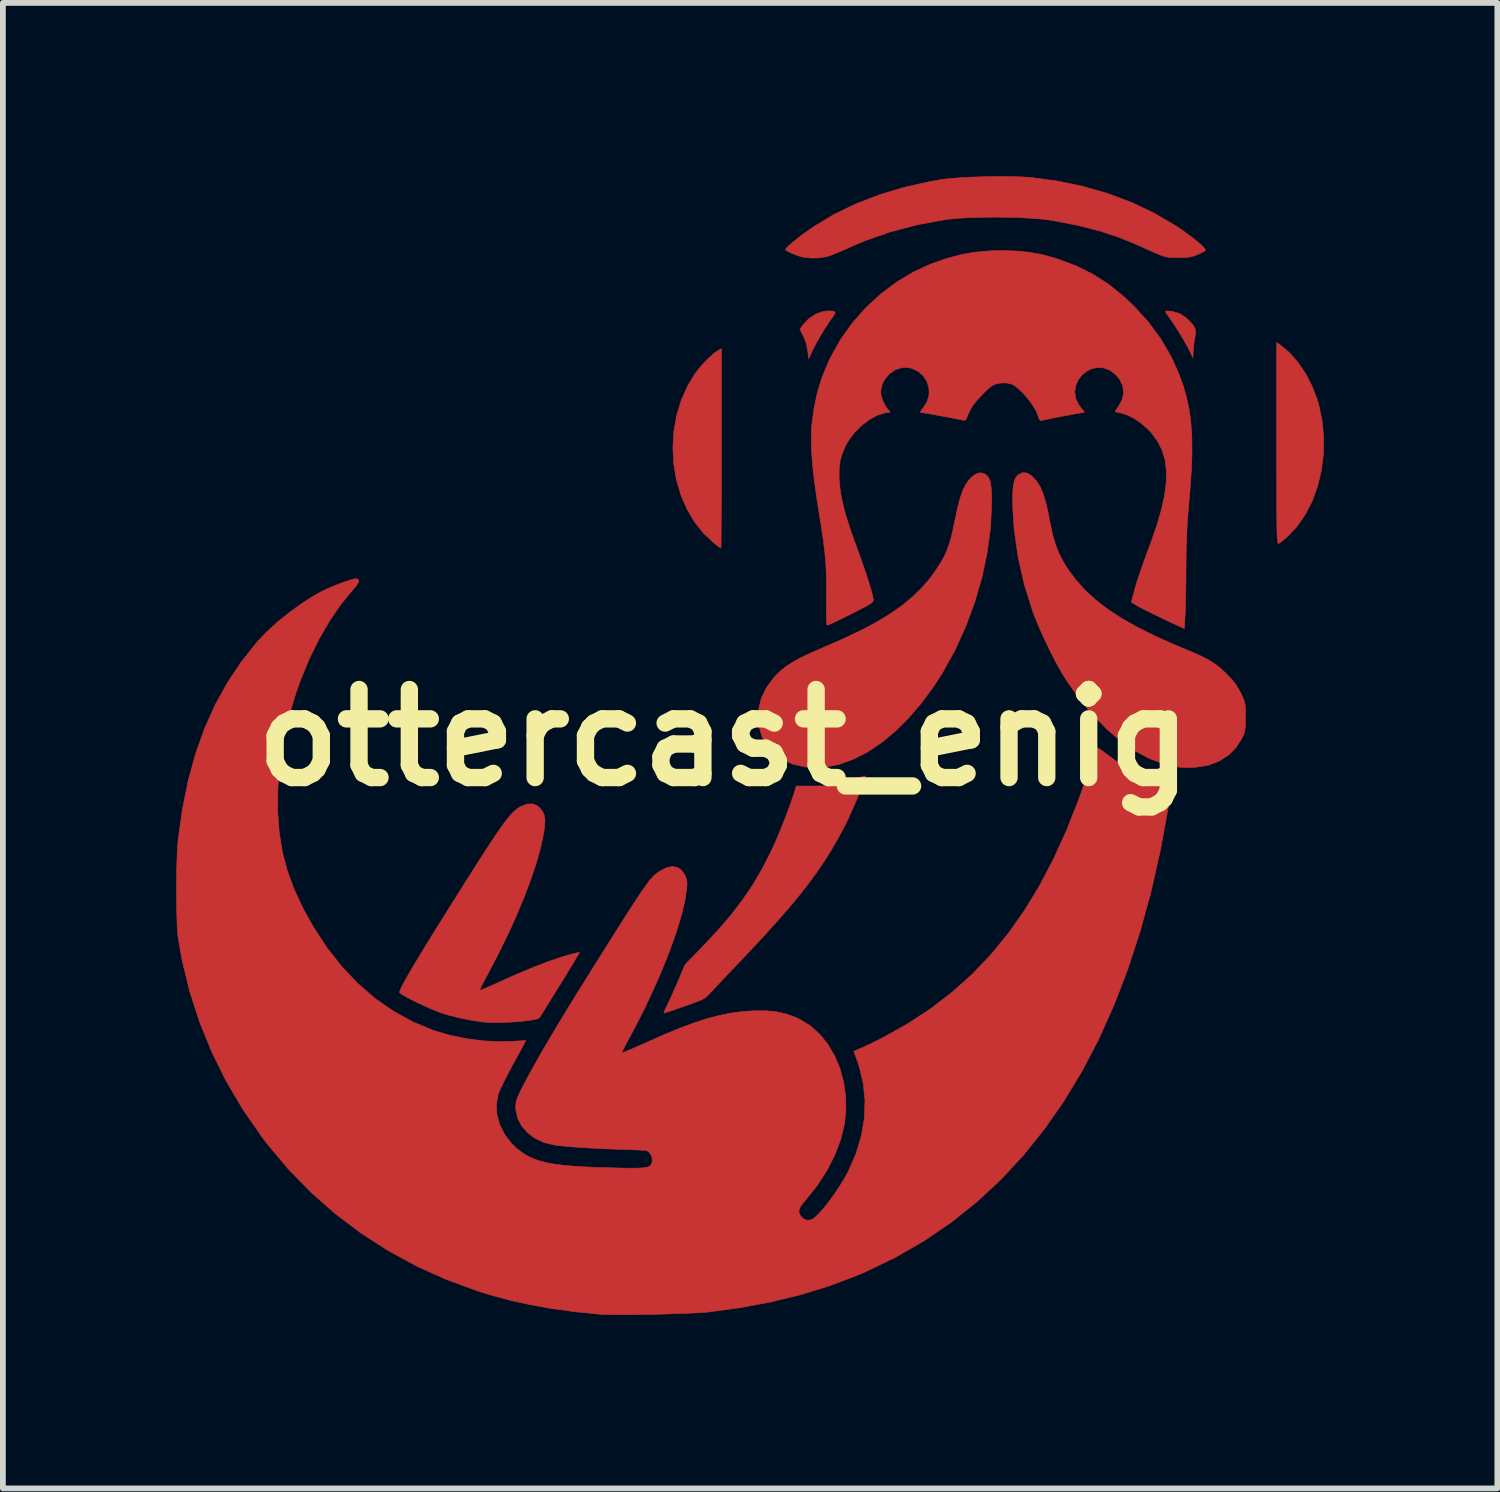
<source format=kicad_pcb>
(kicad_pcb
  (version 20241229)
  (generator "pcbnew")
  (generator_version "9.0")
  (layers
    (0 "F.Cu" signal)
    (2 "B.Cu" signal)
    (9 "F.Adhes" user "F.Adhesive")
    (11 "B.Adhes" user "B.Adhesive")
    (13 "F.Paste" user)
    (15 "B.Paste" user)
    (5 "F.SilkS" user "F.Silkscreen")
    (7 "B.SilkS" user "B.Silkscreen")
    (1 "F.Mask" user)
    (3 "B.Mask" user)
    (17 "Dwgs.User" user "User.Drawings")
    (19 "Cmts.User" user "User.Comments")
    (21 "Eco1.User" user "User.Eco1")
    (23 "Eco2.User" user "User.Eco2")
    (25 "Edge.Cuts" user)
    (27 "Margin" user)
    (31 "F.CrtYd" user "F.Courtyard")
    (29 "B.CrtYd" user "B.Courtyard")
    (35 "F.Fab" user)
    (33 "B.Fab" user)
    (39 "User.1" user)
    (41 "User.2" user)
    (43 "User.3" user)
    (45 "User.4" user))
  (footprint "ottercast_enig"
    (layer "F.Cu")
    (at 9.477 9.717)
    (property "Reference" "ottercast_enig" (at 0 0 0) (layer "F.SilkS") (effects (font (size 1.524 1.524) (thickness 0.3))))
    (attr through_hole)
    (fp_poly (pts (xy 1.886 -7.383) (xy 1.922 -7.369) (xy 1.923 -7.34) (xy 1.892 -7.292) (xy 1.885 -7.283) (xy 1.823 -7.198) (xy 1.751 -7.087) (xy 1.676 -6.964) (xy 1.605 -6.841) (xy 1.548 -6.731) (xy 1.534 -6.703) (xy 1.467 -6.558) (xy 1.453 -6.692) (xy 1.421 -6.843) (xy 1.378 -6.947) (xy 1.316 -7.068) (xy 1.376 -7.151) (xy 1.472 -7.253) (xy 1.589 -7.33) (xy 1.716 -7.376) (xy 1.811 -7.387) (xy 1.886 -7.383)) (stroke (width 0.01) (type solid)) (fill yes) (layer "F.Cu"))
    (fp_poly (pts (xy 7.706 -7.384) (xy 7.768 -7.374) (xy 7.833 -7.357) (xy 7.889 -7.338) (xy 7.901 -7.332) (xy 7.985 -7.277) (xy 8.067 -7.203) (xy 8.13 -7.126) (xy 8.143 -7.103) (xy 8.16 -7.058) (xy 8.164 -7.009) (xy 8.154 -6.938) (xy 8.151 -6.924) (xy 8.136 -6.831) (xy 8.125 -6.731) (xy 8.123 -6.691) (xy 8.117 -6.577) (xy 8.068 -6.681) (xy 8.018 -6.778) (xy 7.951 -6.896) (xy 7.876 -7.021) (xy 7.801 -7.139) (xy 7.734 -7.237) (xy 7.722 -7.254) (xy 7.681 -7.313) (xy 7.651 -7.358) (xy 7.641 -7.379) (xy 7.659 -7.386) (xy 7.706 -7.384)) (stroke (width 0.01) (type solid)) (fill yes) (layer "F.Cu"))
    (fp_poly (pts (xy -0.042 -5.007) (xy -0.042 -4.741) (xy -0.043 -4.487) (xy -0.043 -4.249) (xy -0.044 -4.03) (xy -0.045 -3.833) (xy -0.046 -3.661) (xy -0.047 -3.517) (xy -0.048 -3.404) (xy -0.049 -3.326) (xy -0.05 -3.286) (xy -0.051 -3.281) (xy -0.071 -3.293) (xy -0.114 -3.324) (xy -0.162 -3.362) (xy -0.351 -3.538) (xy -0.512 -3.741) (xy -0.644 -3.968) (xy -0.748 -4.214) (xy -0.823 -4.475) (xy -0.868 -4.745) (xy -0.882 -5.021) (xy -0.866 -5.298) (xy -0.818 -5.572) (xy -0.738 -5.838) (xy -0.625 -6.091) (xy -0.508 -6.287) (xy -0.437 -6.381) (xy -0.352 -6.479) (xy -0.262 -6.571) (xy -0.177 -6.647) (xy -0.109 -6.695) (xy -0.042 -6.733) (xy -0.042 -5.007)) (stroke (width 0.01) (type solid)) (fill yes) (layer "F.Cu"))
    (fp_poly (pts (xy 9.636 -6.791) (xy 9.794 -6.658) (xy 9.94 -6.49) (xy 10.072 -6.293) (xy 10.184 -6.075) (xy 10.272 -5.843) (xy 10.297 -5.756) (xy 10.355 -5.473) (xy 10.381 -5.185) (xy 10.375 -4.898) (xy 10.339 -4.617) (xy 10.274 -4.347) (xy 10.181 -4.093) (xy 10.061 -3.86) (xy 9.916 -3.653) (xy 9.768 -3.495) (xy 9.704 -3.439) (xy 9.648 -3.393) (xy 9.61 -3.366) (xy 9.608 -3.364) (xy 9.6 -3.361) (xy 9.594 -3.363) (xy 9.589 -3.371) (xy 9.584 -3.388) (xy 9.58 -3.418) (xy 9.577 -3.462) (xy 9.574 -3.523) (xy 9.572 -3.605) (xy 9.57 -3.71) (xy 9.569 -3.839) (xy 9.568 -3.997) (xy 9.568 -4.185) (xy 9.568 -4.407) (xy 9.567 -4.665) (xy 9.567 -4.961) (xy 9.567 -5.091) (xy 9.567 -6.84) (xy 9.636 -6.791)) (stroke (width 0.01) (type solid)) (fill yes) (layer "F.Cu"))
    (fp_poly (pts (xy 4.515 -4.565) (xy 4.535 -4.552) (xy 4.572 -4.513) (xy 4.6 -4.462) (xy 4.618 -4.391) (xy 4.629 -4.295) (xy 4.635 -4.167) (xy 4.635 -4.074) (xy 4.616 -3.649) (xy 4.559 -3.214) (xy 4.467 -2.776) (xy 4.34 -2.341) (xy 4.182 -1.915) (xy 3.994 -1.504) (xy 3.778 -1.115) (xy 3.64 -0.9) (xy 3.424 -0.606) (xy 3.199 -0.343) (xy 2.967 -0.113) (xy 2.73 0.083) (xy 2.489 0.245) (xy 2.246 0.37) (xy 2.004 0.458) (xy 1.764 0.508) (xy 1.529 0.517) (xy 1.402 0.505) (xy 1.196 0.458) (xy 1.017 0.38) (xy 0.867 0.274) (xy 0.748 0.143) (xy 0.662 -0.013) (xy 0.61 -0.191) (xy 0.597 -0.311) (xy 0.605 -0.506) (xy 0.65 -0.689) (xy 0.735 -0.864) (xy 0.861 -1.034) (xy 0.902 -1.08) (xy 0.98 -1.156) (xy 1.067 -1.227) (xy 1.17 -1.295) (xy 1.293 -1.365) (xy 1.443 -1.439) (xy 1.625 -1.52) (xy 1.725 -1.563) (xy 2.066 -1.712) (xy 2.369 -1.856) (xy 2.636 -1.998) (xy 2.872 -2.14) (xy 3.079 -2.284) (xy 3.261 -2.433) (xy 3.421 -2.589) (xy 3.563 -2.753) (xy 3.677 -2.91) (xy 3.748 -3.021) (xy 3.806 -3.123) (xy 3.854 -3.225) (xy 3.895 -3.335) (xy 3.932 -3.461) (xy 3.968 -3.612) (xy 4.006 -3.796) (xy 4.011 -3.817) (xy 4.052 -4.01) (xy 4.095 -4.166) (xy 4.14 -4.291) (xy 4.191 -4.39) (xy 4.249 -4.47) (xy 4.28 -4.503) (xy 4.364 -4.565) (xy 4.442 -4.586) (xy 4.515 -4.565)) (stroke (width 0.01) (type solid)) (fill yes) (layer "F.Cu"))
    (fp_poly (pts (xy 2.448 0.663) (xy 2.445 0.687) (xy 2.428 0.743) (xy 2.398 0.825) (xy 2.359 0.926) (xy 2.312 1.039) (xy 2.261 1.159) (xy 2.208 1.279) (xy 2.156 1.392) (xy 2.108 1.493) (xy 2.087 1.535) (xy 1.975 1.743) (xy 1.86 1.942) (xy 1.738 2.137) (xy 1.607 2.33) (xy 1.463 2.526) (xy 1.304 2.729) (xy 1.127 2.942) (xy 0.928 3.17) (xy 0.705 3.417) (xy 0.455 3.685) (xy 0.326 3.822) (xy 0.205 3.948) (xy 0.09 4.07) (xy -0.015 4.181) (xy -0.107 4.278) (xy -0.18 4.356) (xy -0.23 4.41) (xy -0.247 4.428) (xy -0.284 4.466) (xy -0.321 4.497) (xy -0.365 4.524) (xy -0.425 4.552) (xy -0.508 4.584) (xy -0.622 4.625) (xy -0.649 4.635) (xy -0.783 4.681) (xy -0.881 4.715) (xy -0.951 4.739) (xy -0.995 4.753) (xy -1.021 4.76) (xy -1.033 4.761) (xy -1.037 4.758) (xy -1.037 4.754) (xy -1.028 4.73) (xy -1.005 4.678) (xy -0.972 4.61) (xy -0.966 4.598) (xy -0.93 4.522) (xy -0.883 4.42) (xy -0.833 4.306) (xy -0.784 4.192) (xy -0.783 4.191) (xy -0.671 3.926) (xy -0.362 3.609) (xy -0.104 3.333) (xy 0.122 3.07) (xy 0.321 2.811) (xy 0.498 2.55) (xy 0.658 2.278) (xy 0.807 1.988) (xy 0.865 1.865) (xy 0.921 1.736) (xy 0.985 1.584) (xy 1.05 1.419) (xy 1.113 1.253) (xy 1.168 1.1) (xy 1.211 0.971) (xy 1.217 0.953) (xy 1.253 0.836) (xy 1.574 0.836) (xy 1.734 0.834) (xy 1.865 0.825) (xy 1.979 0.809) (xy 2.088 0.782) (xy 2.207 0.742) (xy 2.303 0.705) (xy 2.372 0.68) (xy 2.424 0.665) (xy 2.447 0.662) (xy 2.448 0.663)) (stroke (width 0.01) (type solid)) (fill yes) (layer "F.Cu"))
    (fp_poly (pts (xy 5.245 -4.581) (xy 5.325 -4.534) (xy 5.408 -4.444) (xy 5.428 -4.416) (xy 5.477 -4.336) (xy 5.52 -4.237) (xy 5.559 -4.114) (xy 5.598 -3.96) (xy 5.636 -3.771) (xy 5.641 -3.739) (xy 5.686 -3.529) (xy 5.737 -3.349) (xy 5.8 -3.188) (xy 5.88 -3.036) (xy 5.946 -2.929) (xy 6.086 -2.738) (xy 6.247 -2.557) (xy 6.432 -2.386) (xy 6.645 -2.222) (xy 6.887 -2.064) (xy 7.161 -1.909) (xy 7.472 -1.755) (xy 7.821 -1.6) (xy 7.927 -1.556) (xy 8.099 -1.484) (xy 8.237 -1.423) (xy 8.349 -1.368) (xy 8.442 -1.315) (xy 8.522 -1.26) (xy 8.596 -1.2) (xy 8.671 -1.131) (xy 8.691 -1.112) (xy 8.786 -1.013) (xy 8.856 -0.925) (xy 8.913 -0.835) (xy 8.945 -0.774) (xy 8.981 -0.7) (xy 9.004 -0.643) (xy 9.018 -0.59) (xy 9.025 -0.528) (xy 9.027 -0.447) (xy 9.028 -0.361) (xy 9.027 -0.253) (xy 9.023 -0.175) (xy 9.015 -0.117) (xy 9 -0.066) (xy 8.976 -0.012) (xy 8.965 0.011) (xy 8.866 0.166) (xy 8.736 0.298) (xy 8.579 0.4) (xy 8.403 0.47) (xy 8.35 0.483) (xy 8.152 0.512) (xy 7.954 0.516) (xy 7.856 0.507) (xy 7.611 0.453) (xy 7.363 0.36) (xy 7.116 0.227) (xy 6.871 0.058) (xy 6.63 -0.146) (xy 6.396 -0.384) (xy 6.171 -0.652) (xy 5.958 -0.951) (xy 5.893 -1.051) (xy 5.811 -1.189) (xy 5.72 -1.356) (xy 5.627 -1.542) (xy 5.535 -1.734) (xy 5.451 -1.923) (xy 5.379 -2.097) (xy 5.345 -2.187) (xy 5.199 -2.655) (xy 5.091 -3.13) (xy 5.024 -3.607) (xy 5.002 -3.938) (xy 4.998 -4.116) (xy 5 -4.256) (xy 5.01 -4.364) (xy 5.028 -4.446) (xy 5.054 -4.505) (xy 5.09 -4.547) (xy 5.096 -4.551) (xy 5.169 -4.587) (xy 5.245 -4.581)) (stroke (width 0.01) (type solid)) (fill yes) (layer "F.Cu"))
    (fp_poly (pts (xy 5.019 -9.71) (xy 5.183 -9.704) (xy 5.307 -9.696) (xy 5.766 -9.635) (xy 6.214 -9.542) (xy 6.647 -9.417) (xy 7.059 -9.262) (xy 7.447 -9.078) (xy 7.806 -8.868) (xy 7.835 -8.849) (xy 7.956 -8.766) (xy 8.068 -8.684) (xy 8.166 -8.608) (xy 8.246 -8.541) (xy 8.303 -8.487) (xy 8.332 -8.45) (xy 8.334 -8.439) (xy 8.312 -8.418) (xy 8.261 -8.389) (xy 8.201 -8.362) (xy 8.131 -8.336) (xy 8.064 -8.32) (xy 7.986 -8.312) (xy 7.882 -8.309) (xy 7.863 -8.309) (xy 7.795 -8.309) (xy 7.738 -8.311) (xy 7.689 -8.315) (xy 7.639 -8.326) (xy 7.582 -8.343) (xy 7.513 -8.37) (xy 7.424 -8.408) (xy 7.309 -8.46) (xy 7.164 -8.526) (xy 6.848 -8.657) (xy 6.511 -8.768) (xy 6.146 -8.862) (xy 5.749 -8.94) (xy 5.631 -8.96) (xy 5.486 -8.977) (xy 5.308 -8.991) (xy 5.107 -9.001) (xy 4.89 -9.007) (xy 4.666 -9.009) (xy 4.446 -9.006) (xy 4.237 -9) (xy 4.049 -8.989) (xy 3.891 -8.974) (xy 3.842 -8.968) (xy 3.346 -8.877) (xy 2.877 -8.753) (xy 2.434 -8.598) (xy 2.175 -8.487) (xy 2.065 -8.437) (xy 1.959 -8.392) (xy 1.867 -8.355) (xy 1.801 -8.331) (xy 1.789 -8.328) (xy 1.657 -8.305) (xy 1.511 -8.301) (xy 1.373 -8.317) (xy 1.333 -8.326) (xy 1.256 -8.351) (xy 1.18 -8.382) (xy 1.115 -8.413) (xy 1.074 -8.44) (xy 1.068 -8.446) (xy 1.078 -8.468) (xy 1.118 -8.51) (xy 1.183 -8.567) (xy 1.267 -8.635) (xy 1.365 -8.71) (xy 1.473 -8.787) (xy 1.566 -8.851) (xy 1.906 -9.056) (xy 2.278 -9.236) (xy 2.68 -9.392) (xy 3.106 -9.521) (xy 3.555 -9.623) (xy 3.789 -9.663) (xy 3.91 -9.678) (xy 4.065 -9.69) (xy 4.243 -9.7) (xy 4.437 -9.707) (xy 4.637 -9.711) (xy 4.834 -9.712) (xy 5.019 -9.71)) (stroke (width 0.01) (type solid)) (fill yes) (layer "F.Cu"))
    (fp_poly (pts (xy -3.225 1.181) (xy -3.184 1.218) (xy -3.136 1.278) (xy -3.108 1.345) (xy -3.096 1.425) (xy -3.101 1.53) (xy -3.118 1.649) (xy -3.167 1.886) (xy -3.241 2.152) (xy -3.337 2.442) (xy -3.454 2.753) (xy -3.59 3.08) (xy -3.744 3.418) (xy -3.914 3.764) (xy -4.093 4.104) (xy -4.143 4.198) (xy -4.185 4.279) (xy -4.214 4.338) (xy -4.227 4.37) (xy -4.227 4.374) (xy -4.206 4.368) (xy -4.154 4.347) (xy -4.075 4.313) (xy -3.978 4.27) (xy -3.893 4.231) (xy -3.584 4.093) (xy -3.3 3.974) (xy -3.044 3.876) (xy -2.819 3.799) (xy -2.753 3.779) (xy -2.658 3.752) (xy -2.579 3.731) (xy -2.524 3.718) (xy -2.501 3.715) (xy -2.501 3.715) (xy -2.51 3.734) (xy -2.539 3.785) (xy -2.584 3.862) (xy -2.645 3.962) (xy -2.717 4.081) (xy -2.798 4.213) (xy -2.833 4.269) (xy -2.919 4.407) (xy -2.997 4.533) (xy -3.066 4.645) (xy -3.123 4.736) (xy -3.164 4.802) (xy -3.187 4.839) (xy -3.19 4.844) (xy -3.221 4.862) (xy -3.287 4.879) (xy -3.382 4.894) (xy -3.497 4.908) (xy -3.626 4.918) (xy -3.761 4.925) (xy -3.896 4.929) (xy -4.023 4.928) (xy -4.135 4.922) (xy -4.18 4.918) (xy -4.381 4.888) (xy -4.588 4.846) (xy -4.783 4.796) (xy -4.865 4.771) (xy -4.954 4.739) (xy -5.059 4.696) (xy -5.173 4.645) (xy -5.289 4.592) (xy -5.397 4.538) (xy -5.492 4.488) (xy -5.564 4.447) (xy -5.606 4.416) (xy -5.611 4.412) (xy -5.61 4.392) (xy -5.593 4.348) (xy -5.56 4.28) (xy -5.509 4.186) (xy -5.44 4.066) (xy -5.353 3.917) (xy -5.246 3.74) (xy -5.119 3.532) (xy -4.971 3.293) (xy -4.802 3.022) (xy -4.611 2.718) (xy -4.448 2.459) (xy -4.294 2.217) (xy -4.161 2.009) (xy -4.046 1.831) (xy -3.946 1.682) (xy -3.861 1.558) (xy -3.787 1.457) (xy -3.724 1.376) (xy -3.668 1.312) (xy -3.618 1.263) (xy -3.572 1.226) (xy -3.528 1.198) (xy -3.507 1.187) (xy -3.397 1.148) (xy -3.305 1.146) (xy -3.225 1.181)) (stroke (width 0.01) (type solid)) (fill yes) (layer "F.Cu"))
    (fp_poly (pts (xy 5.068 -8.423) (xy 5.295 -8.4) (xy 5.514 -8.359) (xy 5.739 -8.297) (xy 5.802 -8.276) (xy 6.11 -8.159) (xy 6.391 -8.019) (xy 6.654 -7.85) (xy 6.907 -7.647) (xy 7.092 -7.473) (xy 7.345 -7.196) (xy 7.558 -6.907) (xy 7.735 -6.604) (xy 7.776 -6.519) (xy 7.87 -6.307) (xy 7.947 -6.099) (xy 8.007 -5.889) (xy 8.053 -5.672) (xy 8.083 -5.444) (xy 8.099 -5.198) (xy 8.102 -4.929) (xy 8.091 -4.633) (xy 8.068 -4.303) (xy 8.056 -4.157) (xy 8.034 -3.905) (xy 8.018 -3.679) (xy 8.008 -3.46) (xy 8.001 -3.234) (xy 7.998 -2.983) (xy 7.998 -2.961) (xy 7.997 -2.791) (xy 7.995 -2.621) (xy 7.992 -2.461) (xy 7.989 -2.318) (xy 7.986 -2.202) (xy 7.982 -2.125) (xy 7.969 -1.89) (xy 7.895 -1.923) (xy 7.787 -1.972) (xy 7.666 -2.028) (xy 7.542 -2.088) (xy 7.421 -2.147) (xy 7.311 -2.201) (xy 7.221 -2.247) (xy 7.158 -2.282) (xy 7.14 -2.292) (xy 7.051 -2.348) (xy 7.102 -2.534) (xy 7.125 -2.618) (xy 7.149 -2.699) (xy 7.176 -2.784) (xy 7.209 -2.88) (xy 7.249 -2.994) (xy 7.299 -3.133) (xy 7.362 -3.302) (xy 7.382 -3.355) (xy 7.49 -3.665) (xy 7.572 -3.944) (xy 7.627 -4.196) (xy 7.656 -4.423) (xy 7.658 -4.627) (xy 7.634 -4.812) (xy 7.583 -4.979) (xy 7.505 -5.132) (xy 7.4 -5.274) (xy 7.334 -5.345) (xy 7.219 -5.445) (xy 7.094 -5.529) (xy 6.97 -5.59) (xy 6.862 -5.622) (xy 6.808 -5.632) (xy 6.776 -5.642) (xy 6.773 -5.645) (xy 6.785 -5.666) (xy 6.813 -5.708) (xy 6.823 -5.722) (xy 6.891 -5.844) (xy 6.918 -5.967) (xy 6.903 -6.089) (xy 6.848 -6.205) (xy 6.786 -6.279) (xy 6.684 -6.358) (xy 6.577 -6.399) (xy 6.471 -6.408) (xy 6.368 -6.387) (xy 6.275 -6.341) (xy 6.194 -6.274) (xy 6.131 -6.19) (xy 6.089 -6.094) (xy 6.072 -5.989) (xy 6.086 -5.88) (xy 6.135 -5.77) (xy 6.185 -5.703) (xy 6.221 -5.66) (xy 6.239 -5.634) (xy 6.239 -5.63) (xy 6.206 -5.626) (xy 6.14 -5.616) (xy 6.05 -5.6) (xy 5.945 -5.58) (xy 5.834 -5.559) (xy 5.724 -5.538) (xy 5.627 -5.518) (xy 5.548 -5.502) (xy 5.499 -5.49) (xy 5.499 -5.49) (xy 5.472 -5.494) (xy 5.451 -5.53) (xy 5.441 -5.564) (xy 5.405 -5.653) (xy 5.345 -5.754) (xy 5.269 -5.859) (xy 5.184 -5.958) (xy 5.098 -6.041) (xy 5.018 -6.1) (xy 4.981 -6.119) (xy 4.885 -6.14) (xy 4.781 -6.138) (xy 4.686 -6.116) (xy 4.65 -6.099) (xy 4.588 -6.051) (xy 4.511 -5.98) (xy 4.43 -5.896) (xy 4.356 -5.811) (xy 4.299 -5.735) (xy 4.293 -5.726) (xy 4.253 -5.653) (xy 4.22 -5.578) (xy 4.213 -5.56) (xy 4.19 -5.506) (xy 4.165 -5.49) (xy 4.154 -5.492) (xy 4.125 -5.499) (xy 4.062 -5.512) (xy 3.974 -5.529) (xy 3.871 -5.549) (xy 3.761 -5.569) (xy 3.651 -5.589) (xy 3.552 -5.607) (xy 3.472 -5.62) (xy 3.419 -5.629) (xy 3.403 -5.63) (xy 3.403 -5.644) (xy 3.426 -5.679) (xy 3.446 -5.703) (xy 3.517 -5.812) (xy 3.551 -5.929) (xy 3.55 -6.047) (xy 3.517 -6.16) (xy 3.454 -6.259) (xy 3.365 -6.339) (xy 3.25 -6.393) (xy 3.192 -6.406) (xy 3.078 -6.405) (xy 2.969 -6.368) (xy 2.871 -6.303) (xy 2.792 -6.216) (xy 2.738 -6.114) (xy 2.715 -6.003) (xy 2.72 -5.929) (xy 2.758 -5.811) (xy 2.819 -5.706) (xy 2.84 -5.681) (xy 2.881 -5.636) (xy 2.791 -5.622) (xy 2.66 -5.583) (xy 2.524 -5.51) (xy 2.391 -5.41) (xy 2.269 -5.291) (xy 2.166 -5.157) (xy 2.111 -5.063) (xy 2.05 -4.923) (xy 2.012 -4.791) (xy 1.995 -4.65) (xy 1.995 -4.487) (xy 1.997 -4.456) (xy 2.01 -4.312) (xy 2.033 -4.165) (xy 2.067 -4.009) (xy 2.114 -3.836) (xy 2.176 -3.642) (xy 2.254 -3.418) (xy 2.293 -3.313) (xy 2.374 -3.088) (xy 2.444 -2.887) (xy 2.501 -2.713) (xy 2.545 -2.569) (xy 2.574 -2.458) (xy 2.586 -2.392) (xy 2.586 -2.373) (xy 2.577 -2.354) (xy 2.555 -2.333) (xy 2.515 -2.306) (xy 2.452 -2.27) (xy 2.361 -2.223) (xy 2.238 -2.161) (xy 2.203 -2.143) (xy 2.085 -2.084) (xy 1.979 -2.032) (xy 1.891 -1.99) (xy 1.827 -1.961) (xy 1.793 -1.948) (xy 1.79 -1.947) (xy 1.782 -1.964) (xy 1.777 -2.014) (xy 1.774 -2.1) (xy 1.773 -2.224) (xy 1.775 -2.388) (xy 1.775 -2.4) (xy 1.776 -2.622) (xy 1.773 -2.822) (xy 1.764 -3.011) (xy 1.748 -3.199) (xy 1.724 -3.398) (xy 1.692 -3.619) (xy 1.662 -3.806) (xy 1.609 -4.143) (xy 1.567 -4.442) (xy 1.537 -4.707) (xy 1.519 -4.94) (xy 1.512 -5.145) (xy 1.516 -5.324) (xy 1.523 -5.419) (xy 1.562 -5.711) (xy 1.619 -5.979) (xy 1.699 -6.235) (xy 1.806 -6.494) (xy 1.853 -6.593) (xy 2.021 -6.894) (xy 2.225 -7.178) (xy 2.458 -7.442) (xy 2.717 -7.681) (xy 2.997 -7.89) (xy 3.293 -8.067) (xy 3.58 -8.197) (xy 3.847 -8.291) (xy 4.098 -8.359) (xy 4.346 -8.403) (xy 4.608 -8.426) (xy 4.815 -8.43) (xy 5.068 -8.423)) (stroke (width 0.01) (type solid)) (fill yes) (layer "F.Cu"))
    (fp_poly (pts (xy -6.326 -2.74) (xy -6.318 -2.706) (xy -6.347 -2.65) (xy -6.411 -2.571) (xy -6.415 -2.567) (xy -6.621 -2.318) (xy -6.817 -2.033) (xy -7.001 -1.717) (xy -7.17 -1.375) (xy -7.32 -1.013) (xy -7.406 -0.773) (xy -7.524 -0.383) (xy -7.612 -0.008) (xy -7.674 0.362) (xy -7.71 0.742) (xy -7.719 0.921) (xy -7.72 1.296) (xy -7.694 1.646) (xy -7.64 1.98) (xy -7.554 2.304) (xy -7.437 2.625) (xy -7.284 2.951) (xy -7.115 3.256) (xy -6.877 3.623) (xy -6.617 3.955) (xy -6.337 4.251) (xy -6.038 4.511) (xy -5.719 4.733) (xy -5.381 4.918) (xy -5.026 5.065) (xy -5.018 5.068) (xy -4.742 5.149) (xy -4.447 5.209) (xy -4.145 5.247) (xy -3.851 5.261) (xy -3.635 5.253) (xy -3.548 5.247) (xy -3.479 5.243) (xy -3.437 5.242) (xy -3.429 5.243) (xy -3.439 5.262) (xy -3.466 5.313) (xy -3.507 5.391) (xy -3.561 5.489) (xy -3.623 5.603) (xy -3.652 5.656) (xy -3.72 5.783) (xy -3.782 5.903) (xy -3.836 6.01) (xy -3.877 6.098) (xy -3.902 6.157) (xy -3.906 6.169) (xy -3.936 6.342) (xy -3.927 6.518) (xy -3.88 6.693) (xy -3.797 6.86) (xy -3.68 7.015) (xy -3.601 7.093) (xy -3.516 7.162) (xy -3.427 7.222) (xy -3.329 7.272) (xy -3.219 7.314) (xy -3.092 7.349) (xy -2.945 7.377) (xy -2.774 7.4) (xy -2.574 7.417) (xy -2.342 7.43) (xy -2.074 7.44) (xy -1.912 7.444) (xy -1.73 7.448) (xy -1.586 7.45) (xy -1.475 7.448) (xy -1.392 7.443) (xy -1.333 7.434) (xy -1.293 7.419) (xy -1.267 7.398) (xy -1.251 7.371) (xy -1.241 7.336) (xy -1.24 7.335) (xy -1.241 7.272) (xy -1.266 7.208) (xy -1.307 7.16) (xy -1.339 7.145) (xy -1.374 7.141) (xy -1.444 7.137) (xy -1.542 7.132) (xy -1.661 7.128) (xy -1.792 7.123) (xy -1.81 7.123) (xy -2.049 7.114) (xy -2.277 7.103) (xy -2.488 7.09) (xy -2.675 7.076) (xy -2.831 7.061) (xy -2.942 7.046) (xy -3.115 7.003) (xy -3.269 6.931) (xy -3.398 6.834) (xy -3.499 6.718) (xy -3.568 6.585) (xy -3.6 6.439) (xy -3.602 6.401) (xy -3.601 6.35) (xy -3.595 6.303) (xy -3.581 6.253) (xy -3.556 6.191) (xy -3.517 6.109) (xy -3.461 5.999) (xy -3.456 5.99) (xy -3.355 5.801) (xy -3.232 5.58) (xy -3.088 5.33) (xy -2.925 5.054) (xy -2.745 4.756) (xy -2.549 4.438) (xy -2.382 4.17) (xy -2.201 3.881) (xy -2.041 3.626) (xy -1.9 3.402) (xy -1.777 3.208) (xy -1.67 3.04) (xy -1.578 2.897) (xy -1.499 2.776) (xy -1.432 2.675) (xy -1.375 2.592) (xy -1.326 2.525) (xy -1.285 2.471) (xy -1.249 2.428) (xy -1.217 2.394) (xy -1.187 2.367) (xy -1.158 2.344) (xy -1.128 2.323) (xy -1.11 2.31) (xy -0.994 2.25) (xy -0.89 2.228) (xy -0.799 2.246) (xy -0.723 2.303) (xy -0.676 2.374) (xy -0.651 2.43) (xy -0.639 2.483) (xy -0.639 2.55) (xy -0.644 2.614) (xy -0.67 2.798) (xy -0.719 3.014) (xy -0.788 3.255) (xy -0.876 3.518) (xy -0.981 3.799) (xy -1.101 4.092) (xy -1.234 4.393) (xy -1.379 4.699) (xy -1.534 5.003) (xy -1.626 5.174) (xy -1.678 5.271) (xy -1.721 5.354) (xy -1.752 5.416) (xy -1.768 5.451) (xy -1.768 5.456) (xy -1.748 5.45) (xy -1.694 5.429) (xy -1.613 5.395) (xy -1.511 5.35) (xy -1.392 5.297) (xy -1.332 5.27) (xy -1.031 5.137) (xy -0.76 5.025) (xy -0.514 4.934) (xy -0.288 4.861) (xy -0.077 4.806) (xy 0.124 4.765) (xy 0.321 4.739) (xy 0.509 4.726) (xy 0.723 4.725) (xy 0.909 4.742) (xy 1.08 4.78) (xy 1.247 4.842) (xy 1.312 4.872) (xy 1.495 4.984) (xy 1.657 5.129) (xy 1.798 5.303) (xy 1.916 5.503) (xy 2.008 5.722) (xy 2.072 5.957) (xy 2.108 6.204) (xy 2.112 6.456) (xy 2.085 6.695) (xy 2.021 6.955) (xy 1.92 7.221) (xy 1.787 7.484) (xy 1.624 7.737) (xy 1.441 7.968) (xy 1.366 8.057) (xy 1.319 8.126) (xy 1.299 8.18) (xy 1.302 8.226) (xy 1.322 8.267) (xy 1.382 8.33) (xy 1.451 8.354) (xy 1.524 8.338) (xy 1.582 8.297) (xy 1.655 8.225) (xy 1.739 8.128) (xy 1.83 8.012) (xy 1.922 7.884) (xy 2.011 7.75) (xy 2.093 7.616) (xy 2.158 7.494) (xy 2.29 7.19) (xy 2.381 6.883) (xy 2.432 6.576) (xy 2.442 6.271) (xy 2.41 5.97) (xy 2.338 5.675) (xy 2.308 5.588) (xy 2.249 5.426) (xy 2.389 5.366) (xy 2.465 5.331) (xy 2.564 5.284) (xy 2.674 5.23) (xy 2.772 5.179) (xy 3.193 4.943) (xy 3.587 4.684) (xy 3.955 4.4) (xy 4.3 4.091) (xy 4.622 3.753) (xy 4.922 3.387) (xy 5.202 2.989) (xy 5.464 2.559) (xy 5.707 2.095) (xy 5.934 1.595) (xy 6.146 1.057) (xy 6.301 0.614) (xy 6.342 0.488) (xy 6.38 0.375) (xy 6.411 0.281) (xy 6.433 0.213) (xy 6.445 0.177) (xy 6.446 0.175) (xy 6.465 0.174) (xy 6.512 0.201) (xy 6.583 0.252) (xy 6.619 0.281) (xy 6.831 0.436) (xy 7.055 0.572) (xy 7.281 0.683) (xy 7.5 0.764) (xy 7.57 0.784) (xy 7.647 0.804) (xy 7.707 0.822) (xy 7.739 0.832) (xy 7.741 0.834) (xy 7.741 0.856) (xy 7.734 0.914) (xy 7.723 0.998) (xy 7.707 1.103) (xy 7.695 1.178) (xy 7.557 1.935) (xy 7.394 2.658) (xy 7.205 3.348) (xy 6.991 4.004) (xy 6.752 4.626) (xy 6.488 5.215) (xy 6.198 5.77) (xy 5.883 6.291) (xy 5.543 6.778) (xy 5.178 7.232) (xy 4.788 7.651) (xy 4.372 8.037) (xy 3.932 8.388) (xy 3.467 8.705) (xy 2.976 8.989) (xy 2.461 9.238) (xy 2.297 9.308) (xy 1.822 9.487) (xy 1.328 9.639) (xy 0.811 9.765) (xy 0.267 9.866) (xy -0.275 9.939) (xy -0.365 9.947) (xy -0.489 9.954) (xy -0.64 9.961) (xy -0.811 9.967) (xy -0.996 9.973) (xy -1.188 9.978) (xy -1.381 9.981) (xy -1.567 9.984) (xy -1.74 9.985) (xy -1.894 9.985) (xy -2.02 9.983) (xy -2.114 9.979) (xy -2.138 9.978) (xy -2.569 9.934) (xy -2.966 9.881) (xy -3.338 9.815) (xy -3.693 9.737) (xy -4.038 9.644) (xy -4.26 9.575) (xy -4.797 9.378) (xy -5.313 9.146) (xy -5.806 8.878) (xy -6.276 8.576) (xy -6.721 8.24) (xy -7.139 7.872) (xy -7.531 7.471) (xy -7.894 7.04) (xy -7.995 6.907) (xy -8.322 6.434) (xy -8.612 5.944) (xy -8.862 5.437) (xy -9.074 4.917) (xy -9.246 4.383) (xy -9.378 3.837) (xy -9.444 3.461) (xy -9.453 3.371) (xy -9.461 3.246) (xy -9.466 3.093) (xy -9.47 2.92) (xy -9.472 2.735) (xy -9.472 2.543) (xy -9.47 2.354) (xy -9.466 2.173) (xy -9.46 2.009) (xy -9.453 1.869) (xy -9.444 1.767) (xy -9.371 1.241) (xy -9.271 0.747) (xy -9.144 0.282) (xy -8.989 -0.155) (xy -8.805 -0.566) (xy -8.591 -0.953) (xy -8.347 -1.318) (xy -8.072 -1.663) (xy -8.066 -1.67) (xy -7.906 -1.837) (xy -7.718 -2.008) (xy -7.51 -2.175) (xy -7.296 -2.329) (xy -7.085 -2.463) (xy -6.945 -2.539) (xy -6.853 -2.582) (xy -6.748 -2.627) (xy -6.639 -2.669) (xy -6.537 -2.706) (xy -6.45 -2.734) (xy -6.387 -2.75) (xy -6.369 -2.752) (xy -6.326 -2.74)) (stroke (width 0.01) (type solid)) (fill yes) (layer "F.Cu")))
  (gr_rect
    (start -3 -3)
    (end 22.863 22.708)
    (stroke (width 0.1) (type default))
    (fill no)
    (layer "Edge.Cuts")))
</source>
